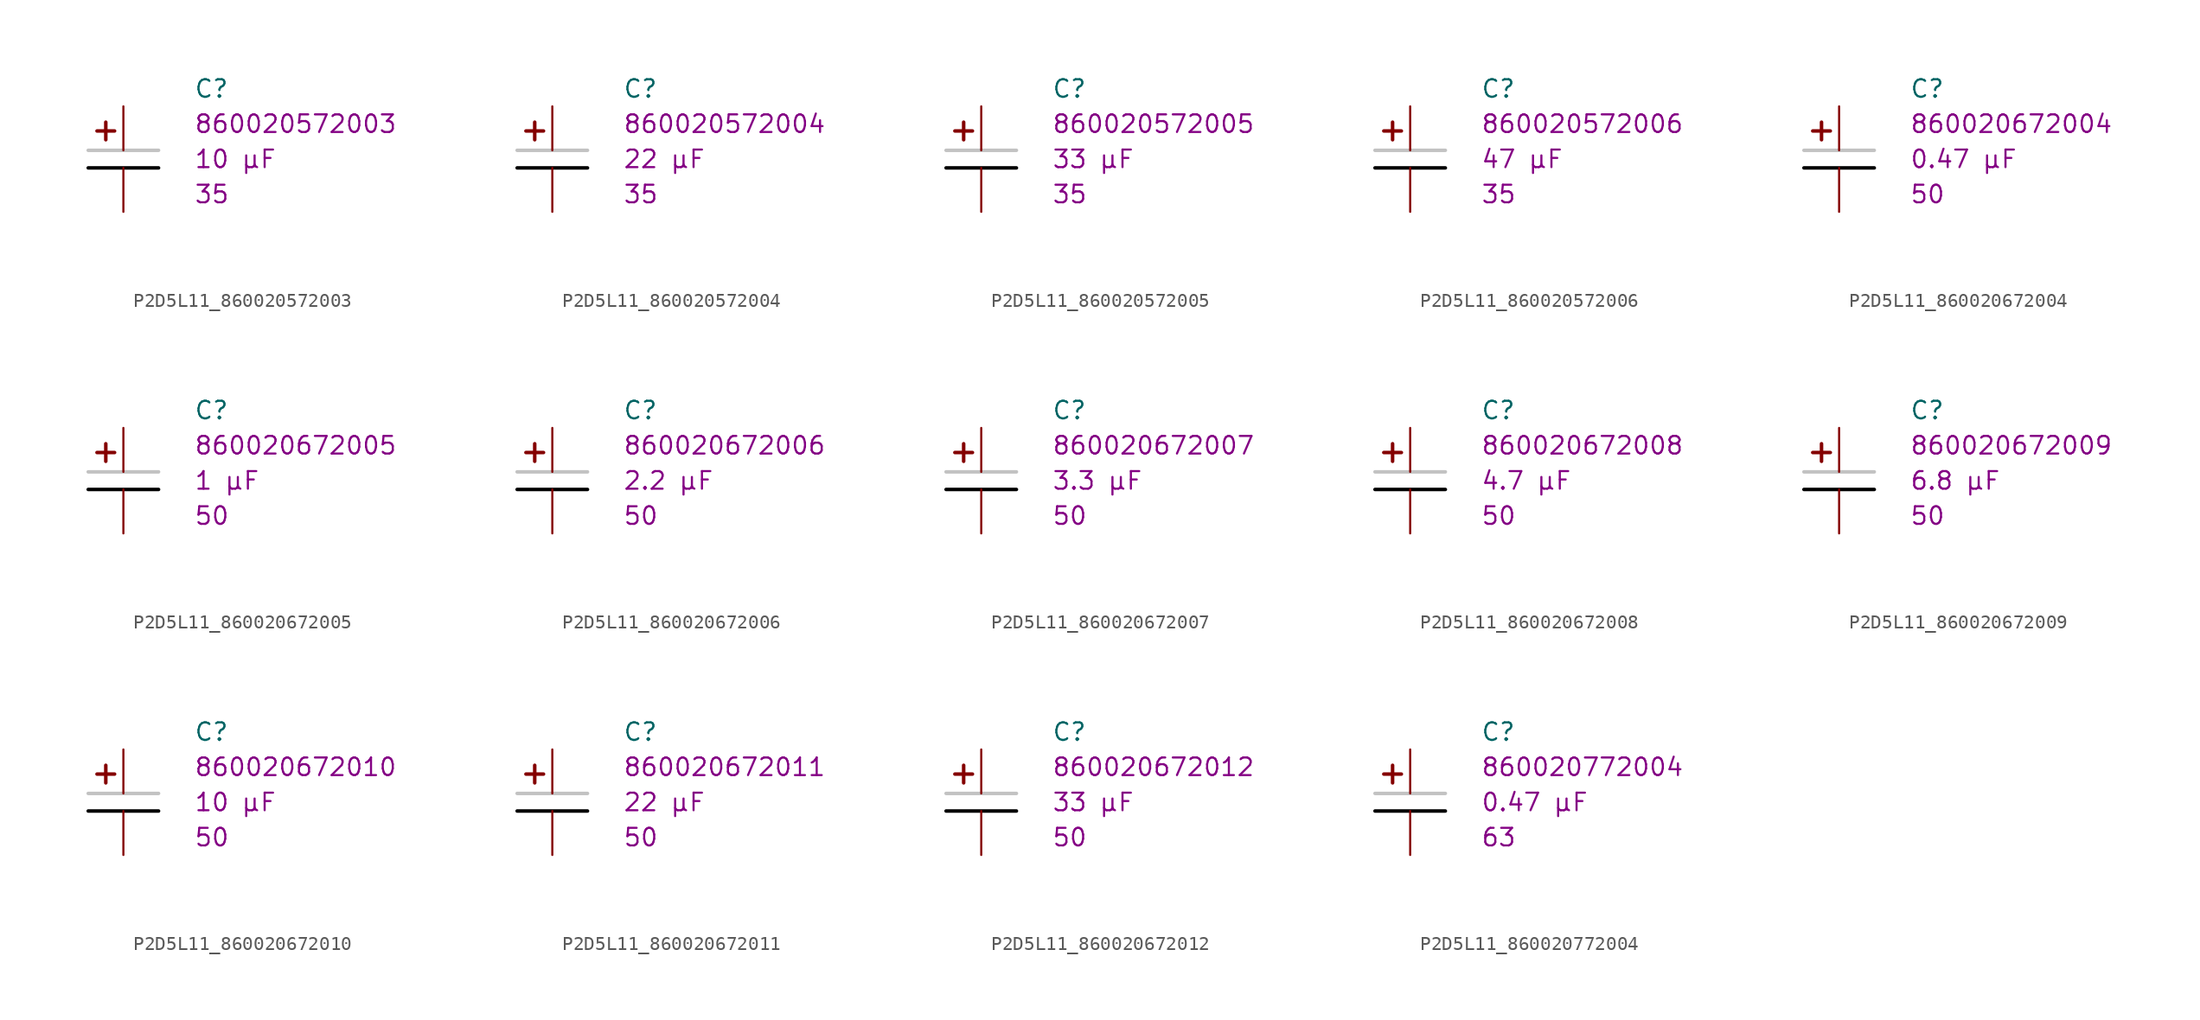
<source format=kicad_sym>
(kicad_symbol_lib
  (version 20220914)
  (generator kicad_symbol_editor)
  (symbol "P2D5L11_860020572003"
    (pin_numbers hide)
    (pin_names hide)
    (property "Reference" "C"
      (at 5.08 5.08 0)
      (effects (font (size 1.27 1.27)) (justify left)))
    (property "Part Number" "860020572003"
      (at 5.08 2.54 0)
      (effects (font (size 1.27 1.27)) (justify left)))
    (property "Capacitance" "10 µF"
      (at 5.08 0 0)
      (effects (font (size 1.27 1.27)) (justify left)))
    (property "Voltage" "35"
      (at 5.08 -2.54 0)
      (effects (font (size 1.27 1.27)) (justify left)))
    (property "Critical Parameter" ""
      (at 0 -7.62 0)
      (effects (font (size 1.27 1.27))))
    (symbol "P2D5L11_860020572003_1_1"
      (polyline (pts (xy -1.27 2.667) (xy -1.27 1.397)) (stroke (width 0.254) (type default)) (fill (type none)))
      (polyline (pts (xy -0.635 2.032) (xy -1.905 2.032)) (stroke (width 0.254) (type default)) (fill (type none)))
      (polyline (pts (xy 2.54 -0.635) (xy -2.54 -0.635)) (stroke (width 0.254) (type default) (color 0 0 0 1)) (fill (type none)))
      (polyline (pts (xy 2.54 0.635) (xy -2.54 0.635)) (stroke (width 0.254) (type default) (color 194 194 194 1)) (fill (type none)))
      (pin passive line (at 0 3.81 270) (length 3.175) (name "1" (effects (font (size 1.27 1.27)))) (number "1" (effects (font (size 1.27 1.27)))))
      (pin passive line (at 0 -3.81 90) (length 3.175) (name "2" (effects (font (size 1.27 1.27)))) (number "2" (effects (font (size 1.27 1.27)))))))
  (symbol "P2D5L11_860020572004"
    (pin_numbers hide)
    (pin_names hide)
    (property "Reference" "C"
      (at 5.08 5.08 0)
      (effects (font (size 1.27 1.27)) (justify left)))
    (property "Part Number" "860020572004"
      (at 5.08 2.54 0)
      (effects (font (size 1.27 1.27)) (justify left)))
    (property "Capacitance" "22 µF"
      (at 5.08 0 0)
      (effects (font (size 1.27 1.27)) (justify left)))
    (property "Voltage" "35"
      (at 5.08 -2.54 0)
      (effects (font (size 1.27 1.27)) (justify left)))
    (property "Critical Parameter" ""
      (at 0 -7.62 0)
      (effects (font (size 1.27 1.27))))
    (symbol "P2D5L11_860020572004_1_1"
      (polyline (pts (xy -1.27 2.667) (xy -1.27 1.397)) (stroke (width 0.254) (type default)) (fill (type none)))
      (polyline (pts (xy -0.635 2.032) (xy -1.905 2.032)) (stroke (width 0.254) (type default)) (fill (type none)))
      (polyline (pts (xy 2.54 -0.635) (xy -2.54 -0.635)) (stroke (width 0.254) (type default) (color 0 0 0 1)) (fill (type none)))
      (polyline (pts (xy 2.54 0.635) (xy -2.54 0.635)) (stroke (width 0.254) (type default) (color 194 194 194 1)) (fill (type none)))
      (pin passive line (at 0 3.81 270) (length 3.175) (name "1" (effects (font (size 1.27 1.27)))) (number "1" (effects (font (size 1.27 1.27)))))
      (pin passive line (at 0 -3.81 90) (length 3.175) (name "2" (effects (font (size 1.27 1.27)))) (number "2" (effects (font (size 1.27 1.27)))))))
  (symbol "P2D5L11_860020572005"
    (pin_numbers hide)
    (pin_names hide)
    (property "Reference" "C"
      (at 5.08 5.08 0)
      (effects (font (size 1.27 1.27)) (justify left)))
    (property "Part Number" "860020572005"
      (at 5.08 2.54 0)
      (effects (font (size 1.27 1.27)) (justify left)))
    (property "Capacitance" "33 µF"
      (at 5.08 0 0)
      (effects (font (size 1.27 1.27)) (justify left)))
    (property "Voltage" "35"
      (at 5.08 -2.54 0)
      (effects (font (size 1.27 1.27)) (justify left)))
    (property "Critical Parameter" ""
      (at 0 -7.62 0)
      (effects (font (size 1.27 1.27))))
    (symbol "P2D5L11_860020572005_1_1"
      (polyline (pts (xy -1.27 2.667) (xy -1.27 1.397)) (stroke (width 0.254) (type default)) (fill (type none)))
      (polyline (pts (xy -0.635 2.032) (xy -1.905 2.032)) (stroke (width 0.254) (type default)) (fill (type none)))
      (polyline (pts (xy 2.54 -0.635) (xy -2.54 -0.635)) (stroke (width 0.254) (type default) (color 0 0 0 1)) (fill (type none)))
      (polyline (pts (xy 2.54 0.635) (xy -2.54 0.635)) (stroke (width 0.254) (type default) (color 194 194 194 1)) (fill (type none)))
      (pin passive line (at 0 3.81 270) (length 3.175) (name "1" (effects (font (size 1.27 1.27)))) (number "1" (effects (font (size 1.27 1.27)))))
      (pin passive line (at 0 -3.81 90) (length 3.175) (name "2" (effects (font (size 1.27 1.27)))) (number "2" (effects (font (size 1.27 1.27)))))))
  (symbol "P2D5L11_860020572006"
    (pin_numbers hide)
    (pin_names hide)
    (property "Reference" "C"
      (at 5.08 5.08 0)
      (effects (font (size 1.27 1.27)) (justify left)))
    (property "Part Number" "860020572006"
      (at 5.08 2.54 0)
      (effects (font (size 1.27 1.27)) (justify left)))
    (property "Capacitance" "47 µF"
      (at 5.08 0 0)
      (effects (font (size 1.27 1.27)) (justify left)))
    (property "Voltage" "35"
      (at 5.08 -2.54 0)
      (effects (font (size 1.27 1.27)) (justify left)))
    (property "Critical Parameter" ""
      (at 0 -7.62 0)
      (effects (font (size 1.27 1.27))))
    (symbol "P2D5L11_860020572006_1_1"
      (polyline (pts (xy -1.27 2.667) (xy -1.27 1.397)) (stroke (width 0.254) (type default)) (fill (type none)))
      (polyline (pts (xy -0.635 2.032) (xy -1.905 2.032)) (stroke (width 0.254) (type default)) (fill (type none)))
      (polyline (pts (xy 2.54 -0.635) (xy -2.54 -0.635)) (stroke (width 0.254) (type default) (color 0 0 0 1)) (fill (type none)))
      (polyline (pts (xy 2.54 0.635) (xy -2.54 0.635)) (stroke (width 0.254) (type default) (color 194 194 194 1)) (fill (type none)))
      (pin passive line (at 0 3.81 270) (length 3.175) (name "1" (effects (font (size 1.27 1.27)))) (number "1" (effects (font (size 1.27 1.27)))))
      (pin passive line (at 0 -3.81 90) (length 3.175) (name "2" (effects (font (size 1.27 1.27)))) (number "2" (effects (font (size 1.27 1.27)))))))
  (symbol "P2D5L11_860020672004"
    (pin_numbers hide)
    (pin_names hide)
    (property "Reference" "C"
      (at 5.08 5.08 0)
      (effects (font (size 1.27 1.27)) (justify left)))
    (property "Part Number" "860020672004"
      (at 5.08 2.54 0)
      (effects (font (size 1.27 1.27)) (justify left)))
    (property "Capacitance" "0.47 µF"
      (at 5.08 0 0)
      (effects (font (size 1.27 1.27)) (justify left)))
    (property "Voltage" "50"
      (at 5.08 -2.54 0)
      (effects (font (size 1.27 1.27)) (justify left)))
    (property "Critical Parameter" ""
      (at 0 -7.62 0)
      (effects (font (size 1.27 1.27))))
    (symbol "P2D5L11_860020672004_1_1"
      (polyline (pts (xy -1.27 2.667) (xy -1.27 1.397)) (stroke (width 0.254) (type default)) (fill (type none)))
      (polyline (pts (xy -0.635 2.032) (xy -1.905 2.032)) (stroke (width 0.254) (type default)) (fill (type none)))
      (polyline (pts (xy 2.54 -0.635) (xy -2.54 -0.635)) (stroke (width 0.254) (type default) (color 0 0 0 1)) (fill (type none)))
      (polyline (pts (xy 2.54 0.635) (xy -2.54 0.635)) (stroke (width 0.254) (type default) (color 194 194 194 1)) (fill (type none)))
      (pin passive line (at 0 3.81 270) (length 3.175) (name "1" (effects (font (size 1.27 1.27)))) (number "1" (effects (font (size 1.27 1.27)))))
      (pin passive line (at 0 -3.81 90) (length 3.175) (name "2" (effects (font (size 1.27 1.27)))) (number "2" (effects (font (size 1.27 1.27)))))))
  (symbol "P2D5L11_860020672005"
    (pin_numbers hide)
    (pin_names hide)
    (property "Reference" "C"
      (at 5.08 5.08 0)
      (effects (font (size 1.27 1.27)) (justify left)))
    (property "Part Number" "860020672005"
      (at 5.08 2.54 0)
      (effects (font (size 1.27 1.27)) (justify left)))
    (property "Capacitance" "1 µF"
      (at 5.08 0 0)
      (effects (font (size 1.27 1.27)) (justify left)))
    (property "Voltage" "50"
      (at 5.08 -2.54 0)
      (effects (font (size 1.27 1.27)) (justify left)))
    (property "Critical Parameter" ""
      (at 0 -7.62 0)
      (effects (font (size 1.27 1.27))))
    (symbol "P2D5L11_860020672005_1_1"
      (polyline (pts (xy -1.27 2.667) (xy -1.27 1.397)) (stroke (width 0.254) (type default)) (fill (type none)))
      (polyline (pts (xy -0.635 2.032) (xy -1.905 2.032)) (stroke (width 0.254) (type default)) (fill (type none)))
      (polyline (pts (xy 2.54 -0.635) (xy -2.54 -0.635)) (stroke (width 0.254) (type default) (color 0 0 0 1)) (fill (type none)))
      (polyline (pts (xy 2.54 0.635) (xy -2.54 0.635)) (stroke (width 0.254) (type default) (color 194 194 194 1)) (fill (type none)))
      (pin passive line (at 0 3.81 270) (length 3.175) (name "1" (effects (font (size 1.27 1.27)))) (number "1" (effects (font (size 1.27 1.27)))))
      (pin passive line (at 0 -3.81 90) (length 3.175) (name "2" (effects (font (size 1.27 1.27)))) (number "2" (effects (font (size 1.27 1.27)))))))
  (symbol "P2D5L11_860020672006"
    (pin_numbers hide)
    (pin_names hide)
    (property "Reference" "C"
      (at 5.08 5.08 0)
      (effects (font (size 1.27 1.27)) (justify left)))
    (property "Part Number" "860020672006"
      (at 5.08 2.54 0)
      (effects (font (size 1.27 1.27)) (justify left)))
    (property "Capacitance" "2.2 µF"
      (at 5.08 0 0)
      (effects (font (size 1.27 1.27)) (justify left)))
    (property "Voltage" "50"
      (at 5.08 -2.54 0)
      (effects (font (size 1.27 1.27)) (justify left)))
    (property "Critical Parameter" ""
      (at 0 -7.62 0)
      (effects (font (size 1.27 1.27))))
    (symbol "P2D5L11_860020672006_1_1"
      (polyline (pts (xy -1.27 2.667) (xy -1.27 1.397)) (stroke (width 0.254) (type default)) (fill (type none)))
      (polyline (pts (xy -0.635 2.032) (xy -1.905 2.032)) (stroke (width 0.254) (type default)) (fill (type none)))
      (polyline (pts (xy 2.54 -0.635) (xy -2.54 -0.635)) (stroke (width 0.254) (type default) (color 0 0 0 1)) (fill (type none)))
      (polyline (pts (xy 2.54 0.635) (xy -2.54 0.635)) (stroke (width 0.254) (type default) (color 194 194 194 1)) (fill (type none)))
      (pin passive line (at 0 3.81 270) (length 3.175) (name "1" (effects (font (size 1.27 1.27)))) (number "1" (effects (font (size 1.27 1.27)))))
      (pin passive line (at 0 -3.81 90) (length 3.175) (name "2" (effects (font (size 1.27 1.27)))) (number "2" (effects (font (size 1.27 1.27)))))))
  (symbol "P2D5L11_860020672007"
    (pin_numbers hide)
    (pin_names hide)
    (property "Reference" "C"
      (at 5.08 5.08 0)
      (effects (font (size 1.27 1.27)) (justify left)))
    (property "Part Number" "860020672007"
      (at 5.08 2.54 0)
      (effects (font (size 1.27 1.27)) (justify left)))
    (property "Capacitance" "3.3 µF"
      (at 5.08 0 0)
      (effects (font (size 1.27 1.27)) (justify left)))
    (property "Voltage" "50"
      (at 5.08 -2.54 0)
      (effects (font (size 1.27 1.27)) (justify left)))
    (property "Critical Parameter" ""
      (at 0 -7.62 0)
      (effects (font (size 1.27 1.27))))
    (symbol "P2D5L11_860020672007_1_1"
      (polyline (pts (xy -1.27 2.667) (xy -1.27 1.397)) (stroke (width 0.254) (type default)) (fill (type none)))
      (polyline (pts (xy -0.635 2.032) (xy -1.905 2.032)) (stroke (width 0.254) (type default)) (fill (type none)))
      (polyline (pts (xy 2.54 -0.635) (xy -2.54 -0.635)) (stroke (width 0.254) (type default) (color 0 0 0 1)) (fill (type none)))
      (polyline (pts (xy 2.54 0.635) (xy -2.54 0.635)) (stroke (width 0.254) (type default) (color 194 194 194 1)) (fill (type none)))
      (pin passive line (at 0 3.81 270) (length 3.175) (name "1" (effects (font (size 1.27 1.27)))) (number "1" (effects (font (size 1.27 1.27)))))
      (pin passive line (at 0 -3.81 90) (length 3.175) (name "2" (effects (font (size 1.27 1.27)))) (number "2" (effects (font (size 1.27 1.27)))))))
  (symbol "P2D5L11_860020672008"
    (pin_numbers hide)
    (pin_names hide)
    (property "Reference" "C"
      (at 5.08 5.08 0)
      (effects (font (size 1.27 1.27)) (justify left)))
    (property "Part Number" "860020672008"
      (at 5.08 2.54 0)
      (effects (font (size 1.27 1.27)) (justify left)))
    (property "Capacitance" "4.7 µF"
      (at 5.08 0 0)
      (effects (font (size 1.27 1.27)) (justify left)))
    (property "Voltage" "50"
      (at 5.08 -2.54 0)
      (effects (font (size 1.27 1.27)) (justify left)))
    (property "Critical Parameter" ""
      (at 0 -7.62 0)
      (effects (font (size 1.27 1.27))))
    (symbol "P2D5L11_860020672008_1_1"
      (polyline (pts (xy -1.27 2.667) (xy -1.27 1.397)) (stroke (width 0.254) (type default)) (fill (type none)))
      (polyline (pts (xy -0.635 2.032) (xy -1.905 2.032)) (stroke (width 0.254) (type default)) (fill (type none)))
      (polyline (pts (xy 2.54 -0.635) (xy -2.54 -0.635)) (stroke (width 0.254) (type default) (color 0 0 0 1)) (fill (type none)))
      (polyline (pts (xy 2.54 0.635) (xy -2.54 0.635)) (stroke (width 0.254) (type default) (color 194 194 194 1)) (fill (type none)))
      (pin passive line (at 0 3.81 270) (length 3.175) (name "1" (effects (font (size 1.27 1.27)))) (number "1" (effects (font (size 1.27 1.27)))))
      (pin passive line (at 0 -3.81 90) (length 3.175) (name "2" (effects (font (size 1.27 1.27)))) (number "2" (effects (font (size 1.27 1.27)))))))
  (symbol "P2D5L11_860020672009"
    (pin_numbers hide)
    (pin_names hide)
    (property "Reference" "C"
      (at 5.08 5.08 0)
      (effects (font (size 1.27 1.27)) (justify left)))
    (property "Part Number" "860020672009"
      (at 5.08 2.54 0)
      (effects (font (size 1.27 1.27)) (justify left)))
    (property "Capacitance" "6.8 µF"
      (at 5.08 0 0)
      (effects (font (size 1.27 1.27)) (justify left)))
    (property "Voltage" "50"
      (at 5.08 -2.54 0)
      (effects (font (size 1.27 1.27)) (justify left)))
    (property "Critical Parameter" ""
      (at 0 -7.62 0)
      (effects (font (size 1.27 1.27))))
    (symbol "P2D5L11_860020672009_1_1"
      (polyline (pts (xy -1.27 2.667) (xy -1.27 1.397)) (stroke (width 0.254) (type default)) (fill (type none)))
      (polyline (pts (xy -0.635 2.032) (xy -1.905 2.032)) (stroke (width 0.254) (type default)) (fill (type none)))
      (polyline (pts (xy 2.54 -0.635) (xy -2.54 -0.635)) (stroke (width 0.254) (type default) (color 0 0 0 1)) (fill (type none)))
      (polyline (pts (xy 2.54 0.635) (xy -2.54 0.635)) (stroke (width 0.254) (type default) (color 194 194 194 1)) (fill (type none)))
      (pin passive line (at 0 3.81 270) (length 3.175) (name "1" (effects (font (size 1.27 1.27)))) (number "1" (effects (font (size 1.27 1.27)))))
      (pin passive line (at 0 -3.81 90) (length 3.175) (name "2" (effects (font (size 1.27 1.27)))) (number "2" (effects (font (size 1.27 1.27)))))))
  (symbol "P2D5L11_860020672010"
    (pin_numbers hide)
    (pin_names hide)
    (property "Reference" "C"
      (at 5.08 5.08 0)
      (effects (font (size 1.27 1.27)) (justify left)))
    (property "Part Number" "860020672010"
      (at 5.08 2.54 0)
      (effects (font (size 1.27 1.27)) (justify left)))
    (property "Capacitance" "10 µF"
      (at 5.08 0 0)
      (effects (font (size 1.27 1.27)) (justify left)))
    (property "Voltage" "50"
      (at 5.08 -2.54 0)
      (effects (font (size 1.27 1.27)) (justify left)))
    (property "Critical Parameter" ""
      (at 0 -7.62 0)
      (effects (font (size 1.27 1.27))))
    (symbol "P2D5L11_860020672010_1_1"
      (polyline (pts (xy -1.27 2.667) (xy -1.27 1.397)) (stroke (width 0.254) (type default)) (fill (type none)))
      (polyline (pts (xy -0.635 2.032) (xy -1.905 2.032)) (stroke (width 0.254) (type default)) (fill (type none)))
      (polyline (pts (xy 2.54 -0.635) (xy -2.54 -0.635)) (stroke (width 0.254) (type default) (color 0 0 0 1)) (fill (type none)))
      (polyline (pts (xy 2.54 0.635) (xy -2.54 0.635)) (stroke (width 0.254) (type default) (color 194 194 194 1)) (fill (type none)))
      (pin passive line (at 0 3.81 270) (length 3.175) (name "1" (effects (font (size 1.27 1.27)))) (number "1" (effects (font (size 1.27 1.27)))))
      (pin passive line (at 0 -3.81 90) (length 3.175) (name "2" (effects (font (size 1.27 1.27)))) (number "2" (effects (font (size 1.27 1.27)))))))
  (symbol "P2D5L11_860020672011"
    (pin_numbers hide)
    (pin_names hide)
    (property "Reference" "C"
      (at 5.08 5.08 0)
      (effects (font (size 1.27 1.27)) (justify left)))
    (property "Part Number" "860020672011"
      (at 5.08 2.54 0)
      (effects (font (size 1.27 1.27)) (justify left)))
    (property "Capacitance" "22 µF"
      (at 5.08 0 0)
      (effects (font (size 1.27 1.27)) (justify left)))
    (property "Voltage" "50"
      (at 5.08 -2.54 0)
      (effects (font (size 1.27 1.27)) (justify left)))
    (property "Critical Parameter" ""
      (at 0 -7.62 0)
      (effects (font (size 1.27 1.27))))
    (symbol "P2D5L11_860020672011_1_1"
      (polyline (pts (xy -1.27 2.667) (xy -1.27 1.397)) (stroke (width 0.254) (type default)) (fill (type none)))
      (polyline (pts (xy -0.635 2.032) (xy -1.905 2.032)) (stroke (width 0.254) (type default)) (fill (type none)))
      (polyline (pts (xy 2.54 -0.635) (xy -2.54 -0.635)) (stroke (width 0.254) (type default) (color 0 0 0 1)) (fill (type none)))
      (polyline (pts (xy 2.54 0.635) (xy -2.54 0.635)) (stroke (width 0.254) (type default) (color 194 194 194 1)) (fill (type none)))
      (pin passive line (at 0 3.81 270) (length 3.175) (name "1" (effects (font (size 1.27 1.27)))) (number "1" (effects (font (size 1.27 1.27)))))
      (pin passive line (at 0 -3.81 90) (length 3.175) (name "2" (effects (font (size 1.27 1.27)))) (number "2" (effects (font (size 1.27 1.27)))))))
  (symbol "P2D5L11_860020672012"
    (pin_numbers hide)
    (pin_names hide)
    (property "Reference" "C"
      (at 5.08 5.08 0)
      (effects (font (size 1.27 1.27)) (justify left)))
    (property "Part Number" "860020672012"
      (at 5.08 2.54 0)
      (effects (font (size 1.27 1.27)) (justify left)))
    (property "Capacitance" "33 µF"
      (at 5.08 0 0)
      (effects (font (size 1.27 1.27)) (justify left)))
    (property "Voltage" "50"
      (at 5.08 -2.54 0)
      (effects (font (size 1.27 1.27)) (justify left)))
    (property "Critical Parameter" ""
      (at 0 -7.62 0)
      (effects (font (size 1.27 1.27))))
    (symbol "P2D5L11_860020672012_1_1"
      (polyline (pts (xy -1.27 2.667) (xy -1.27 1.397)) (stroke (width 0.254) (type default)) (fill (type none)))
      (polyline (pts (xy -0.635 2.032) (xy -1.905 2.032)) (stroke (width 0.254) (type default)) (fill (type none)))
      (polyline (pts (xy 2.54 -0.635) (xy -2.54 -0.635)) (stroke (width 0.254) (type default) (color 0 0 0 1)) (fill (type none)))
      (polyline (pts (xy 2.54 0.635) (xy -2.54 0.635)) (stroke (width 0.254) (type default) (color 194 194 194 1)) (fill (type none)))
      (pin passive line (at 0 3.81 270) (length 3.175) (name "1" (effects (font (size 1.27 1.27)))) (number "1" (effects (font (size 1.27 1.27)))))
      (pin passive line (at 0 -3.81 90) (length 3.175) (name "2" (effects (font (size 1.27 1.27)))) (number "2" (effects (font (size 1.27 1.27)))))))
  (symbol "P2D5L11_860020772004"
    (pin_numbers hide)
    (pin_names hide)
    (property "Reference" "C"
      (at 5.08 5.08 0)
      (effects (font (size 1.27 1.27)) (justify left)))
    (property "Part Number" "860020772004"
      (at 5.08 2.54 0)
      (effects (font (size 1.27 1.27)) (justify left)))
    (property "Capacitance" "0.47 µF"
      (at 5.08 0 0)
      (effects (font (size 1.27 1.27)) (justify left)))
    (property "Voltage" "63"
      (at 5.08 -2.54 0)
      (effects (font (size 1.27 1.27)) (justify left)))
    (property "Critical Parameter" ""
      (at 0 -7.62 0)
      (effects (font (size 1.27 1.27))))
    (symbol "P2D5L11_860020772004_1_1"
      (polyline (pts (xy -1.27 2.667) (xy -1.27 1.397)) (stroke (width 0.254) (type default)) (fill (type none)))
      (polyline (pts (xy -0.635 2.032) (xy -1.905 2.032)) (stroke (width 0.254) (type default)) (fill (type none)))
      (polyline (pts (xy 2.54 -0.635) (xy -2.54 -0.635)) (stroke (width 0.254) (type default) (color 0 0 0 1)) (fill (type none)))
      (polyline (pts (xy 2.54 0.635) (xy -2.54 0.635)) (stroke (width 0.254) (type default) (color 194 194 194 1)) (fill (type none)))
      (pin passive line (at 0 3.81 270) (length 3.175) (name "1" (effects (font (size 1.27 1.27)))) (number "1" (effects (font (size 1.27 1.27)))))
      (pin passive line (at 0 -3.81 90) (length 3.175) (name "2" (effects (font (size 1.27 1.27)))) (number "2" (effects (font (size 1.27 1.27))))))))
</source>
